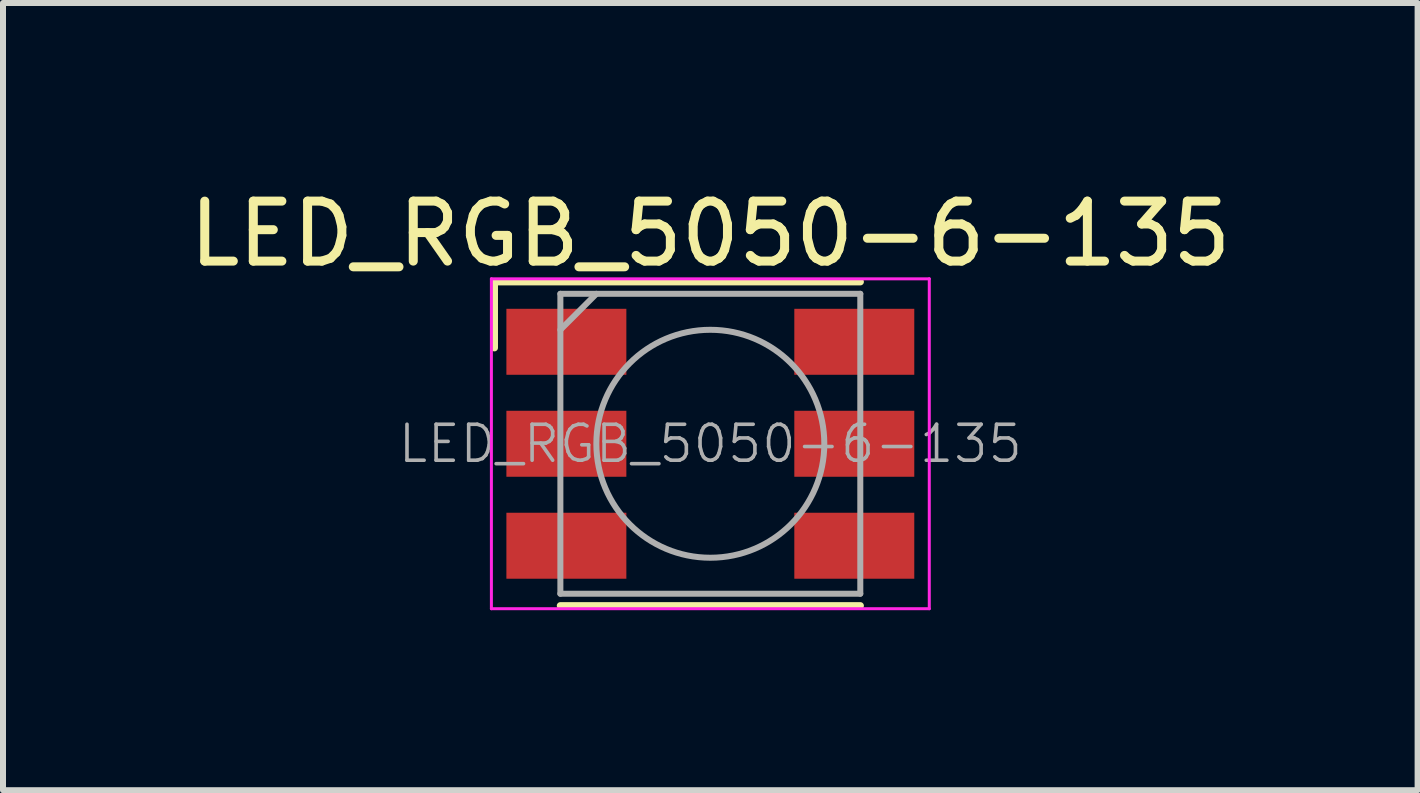
<source format=kicad_pcb>
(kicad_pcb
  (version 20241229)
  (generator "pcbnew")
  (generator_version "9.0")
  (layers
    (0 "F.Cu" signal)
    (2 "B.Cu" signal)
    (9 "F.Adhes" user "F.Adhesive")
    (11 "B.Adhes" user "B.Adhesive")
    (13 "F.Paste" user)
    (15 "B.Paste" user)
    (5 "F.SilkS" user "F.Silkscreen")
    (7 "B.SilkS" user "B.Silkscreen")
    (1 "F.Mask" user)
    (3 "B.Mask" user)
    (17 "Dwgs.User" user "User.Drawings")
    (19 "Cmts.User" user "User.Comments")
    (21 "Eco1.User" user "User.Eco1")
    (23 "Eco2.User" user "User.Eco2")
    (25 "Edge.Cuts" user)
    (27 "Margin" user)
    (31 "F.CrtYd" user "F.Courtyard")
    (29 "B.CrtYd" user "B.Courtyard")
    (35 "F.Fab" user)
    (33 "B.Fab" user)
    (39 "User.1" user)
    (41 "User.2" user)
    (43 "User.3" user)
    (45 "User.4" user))
  (footprint "LED_RGB_5050-6-135"
    (layer "F.Cu")
    (at 8.792 4.348)
    (property "Reference" "LED_RGB_5050-6-135" (at 0 -3.5 180) (layer "F.SilkS") (effects (font (size 1 1) (thickness 0.15))))
    (attr smd)
    (fp_line (start -3.6 -2.7) (end 2.5 -2.7) (stroke (width 0.12) (type solid)) (layer "F.SilkS"))
    (fp_line (start -3.6 -1.6) (end -3.6 -2.7) (stroke (width 0.12) (type solid)) (layer "F.SilkS"))
    (fp_line (start 2.5 2.7) (end -2.5 2.7) (stroke (width 0.12) (type solid)) (layer "F.SilkS"))
    (fp_line (start -3.65 -2.75) (end -3.65 2.75) (stroke (width 0.05) (type solid)) (layer "F.CrtYd"))
    (fp_line (start -3.65 2.75) (end 3.65 2.75) (stroke (width 0.05) (type solid)) (layer "F.CrtYd"))
    (fp_line (start 3.65 -2.75) (end -3.65 -2.75) (stroke (width 0.05) (type solid)) (layer "F.CrtYd"))
    (fp_line (start 3.65 2.75) (end 3.65 -2.75) (stroke (width 0.05) (type solid)) (layer "F.CrtYd"))
    (fp_line (start -2.5 -2.5) (end -2.5 2.5) (stroke (width 0.1) (type solid)) (layer "F.Fab"))
    (fp_line (start -2.5 -1.9) (end -1.9 -2.5) (stroke (width 0.1) (type solid)) (layer "F.Fab"))
    (fp_line (start -2.5 2.5) (end 2.5 2.5) (stroke (width 0.1) (type solid)) (layer "F.Fab"))
    (fp_line (start 2.5 -2.5) (end -2.5 -2.5) (stroke (width 0.1) (type solid)) (layer "F.Fab"))
    (fp_line (start 2.5 2.5) (end 2.5 -2.5) (stroke (width 0.1) (type solid)) (layer "F.Fab"))
    (fp_circle (center 0 0) (end 0 -1.9) (stroke (width 0.1) (type solid)) (fill no) (layer "F.Fab"))
    (fp_text user "${REFERENCE}" (at 0 0 0) (layer "F.Fab") (effects (font (size 0.6 0.6) (thickness 0.06))))
    (pad "1" smd rect (at -2.4 -1.7 90) (size 1.1 2) (layers "F.Cu" "F.Mask" "F.Paste"))
    (pad "2" smd rect (at 2.4 -1.7 90) (size 1.1 2) (layers "F.Cu" "F.Mask" "F.Paste"))
    (pad "3" smd rect (at -2.4 0 90) (size 1.1 2) (layers "F.Cu" "F.Mask" "F.Paste"))
    (pad "4" smd rect (at 2.4 0 90) (size 1.1 2) (layers "F.Cu" "F.Mask" "F.Paste"))
    (pad "5" smd rect (at -2.4 1.7 90) (size 1.1 2) (layers "F.Cu" "F.Mask" "F.Paste"))
    (pad "6" smd rect (at 2.4 1.7 90) (size 1.1 2) (layers "F.Cu" "F.Mask" "F.Paste")))
  (gr_rect
    (start -3 -3)
    (end 20.583 10.123)
    (stroke (width 0.1) (type default))
    (fill no)
    (layer "Edge.Cuts")))
</source>
